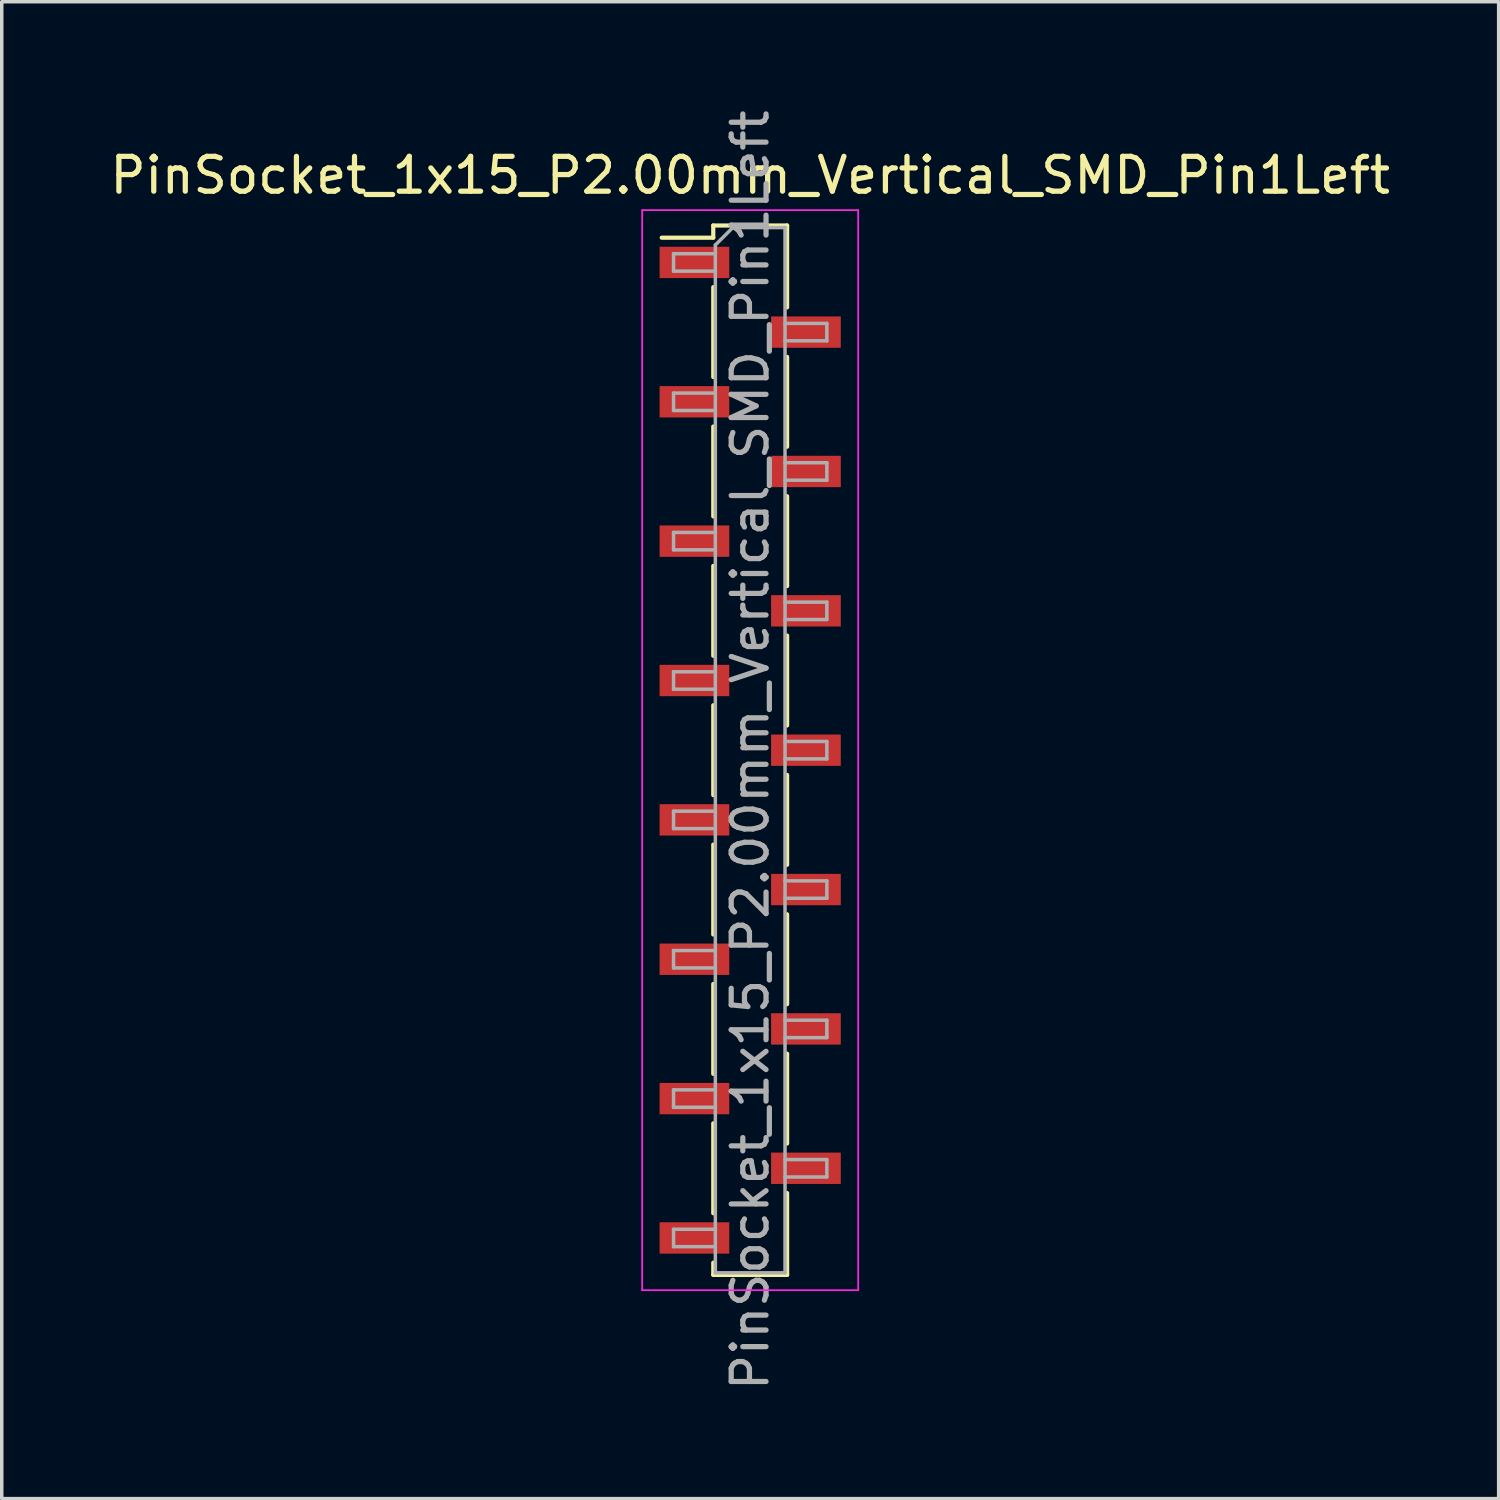
<source format=kicad_pcb>
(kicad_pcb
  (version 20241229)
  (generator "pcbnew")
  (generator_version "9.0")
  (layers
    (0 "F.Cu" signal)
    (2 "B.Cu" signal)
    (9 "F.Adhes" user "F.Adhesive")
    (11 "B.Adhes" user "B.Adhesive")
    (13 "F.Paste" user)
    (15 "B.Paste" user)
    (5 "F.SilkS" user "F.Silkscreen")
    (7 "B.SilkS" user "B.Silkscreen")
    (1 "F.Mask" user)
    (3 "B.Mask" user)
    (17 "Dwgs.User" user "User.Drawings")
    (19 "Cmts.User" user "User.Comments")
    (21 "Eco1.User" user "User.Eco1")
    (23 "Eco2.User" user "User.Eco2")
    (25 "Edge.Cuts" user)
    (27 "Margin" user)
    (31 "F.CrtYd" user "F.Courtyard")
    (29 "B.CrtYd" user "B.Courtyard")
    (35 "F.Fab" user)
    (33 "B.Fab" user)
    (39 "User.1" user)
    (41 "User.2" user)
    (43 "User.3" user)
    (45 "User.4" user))
  (footprint "PinSocket_1x15_P2.00mm_Vertical_SMD_Pin1Left"
    (layer "F.Cu")
    (at 18.482 18.482)
    (property "Reference" "PinSocket_1x15_P2.00mm_Vertical_SMD_Pin1Left" (at 0 -16.5 0) (layer "F.SilkS") (effects (font (size 1 1) (thickness 0.15))))
    (attr smd)
    (fp_line (start -2.54 -14.71) (end -1.06 -14.71) (stroke (width 0.12) (type solid)) (layer "F.SilkS"))
    (fp_line (start -1.06 -15.06) (end -1.06 -14.71) (stroke (width 0.12) (type solid)) (layer "F.SilkS"))
    (fp_line (start -1.06 -15.06) (end 1.06 -15.06) (stroke (width 0.12) (type solid)) (layer "F.SilkS"))
    (fp_line (start -1.06 -13.29) (end -1.06 -10.71) (stroke (width 0.12) (type solid)) (layer "F.SilkS"))
    (fp_line (start -1.06 -9.29) (end -1.06 -6.71) (stroke (width 0.12) (type solid)) (layer "F.SilkS"))
    (fp_line (start -1.06 -5.29) (end -1.06 -2.71) (stroke (width 0.12) (type solid)) (layer "F.SilkS"))
    (fp_line (start -1.06 -1.29) (end -1.06 1.29) (stroke (width 0.12) (type solid)) (layer "F.SilkS"))
    (fp_line (start -1.06 2.71) (end -1.06 5.29) (stroke (width 0.12) (type solid)) (layer "F.SilkS"))
    (fp_line (start -1.06 6.71) (end -1.06 9.29) (stroke (width 0.12) (type solid)) (layer "F.SilkS"))
    (fp_line (start -1.06 10.71) (end -1.06 13.29) (stroke (width 0.12) (type solid)) (layer "F.SilkS"))
    (fp_line (start -1.06 14.71) (end -1.06 15.06) (stroke (width 0.12) (type solid)) (layer "F.SilkS"))
    (fp_line (start -1.06 15.06) (end 1.06 15.06) (stroke (width 0.12) (type solid)) (layer "F.SilkS"))
    (fp_line (start 1.06 -15.06) (end 1.06 -12.71) (stroke (width 0.12) (type solid)) (layer "F.SilkS"))
    (fp_line (start 1.06 -11.29) (end 1.06 -8.71) (stroke (width 0.12) (type solid)) (layer "F.SilkS"))
    (fp_line (start 1.06 -7.29) (end 1.06 -4.71) (stroke (width 0.12) (type solid)) (layer "F.SilkS"))
    (fp_line (start 1.06 -3.29) (end 1.06 -0.71) (stroke (width 0.12) (type solid)) (layer "F.SilkS"))
    (fp_line (start 1.06 0.71) (end 1.06 3.29) (stroke (width 0.12) (type solid)) (layer "F.SilkS"))
    (fp_line (start 1.06 4.71) (end 1.06 7.29) (stroke (width 0.12) (type solid)) (layer "F.SilkS"))
    (fp_line (start 1.06 8.71) (end 1.06 11.29) (stroke (width 0.12) (type solid)) (layer "F.SilkS"))
    (fp_line (start 1.06 12.71) (end 1.06 15.06) (stroke (width 0.12) (type solid)) (layer "F.SilkS"))
    (fp_line (start -3.1 -15.5) (end 3.1 -15.5) (stroke (width 0.05) (type solid)) (layer "F.CrtYd"))
    (fp_line (start -3.1 15.5) (end -3.1 -15.5) (stroke (width 0.05) (type solid)) (layer "F.CrtYd"))
    (fp_line (start 3.1 -15.5) (end 3.1 15.5) (stroke (width 0.05) (type solid)) (layer "F.CrtYd"))
    (fp_line (start 3.1 15.5) (end -3.1 15.5) (stroke (width 0.05) (type solid)) (layer "F.CrtYd"))
    (fp_line (start -2.2 -14.25) (end -1 -14.25) (stroke (width 0.1) (type solid)) (layer "F.Fab"))
    (fp_line (start -2.2 -13.75) (end -2.2 -14.25) (stroke (width 0.1) (type solid)) (layer "F.Fab"))
    (fp_line (start -2.2 -10.25) (end -1 -10.25) (stroke (width 0.1) (type solid)) (layer "F.Fab"))
    (fp_line (start -2.2 -9.75) (end -2.2 -10.25) (stroke (width 0.1) (type solid)) (layer "F.Fab"))
    (fp_line (start -2.2 -6.25) (end -1 -6.25) (stroke (width 0.1) (type solid)) (layer "F.Fab"))
    (fp_line (start -2.2 -5.75) (end -2.2 -6.25) (stroke (width 0.1) (type solid)) (layer "F.Fab"))
    (fp_line (start -2.2 -2.25) (end -1 -2.25) (stroke (width 0.1) (type solid)) (layer "F.Fab"))
    (fp_line (start -2.2 -1.75) (end -2.2 -2.25) (stroke (width 0.1) (type solid)) (layer "F.Fab"))
    (fp_line (start -2.2 1.75) (end -1 1.75) (stroke (width 0.1) (type solid)) (layer "F.Fab"))
    (fp_line (start -2.2 2.25) (end -2.2 1.75) (stroke (width 0.1) (type solid)) (layer "F.Fab"))
    (fp_line (start -2.2 5.75) (end -1 5.75) (stroke (width 0.1) (type solid)) (layer "F.Fab"))
    (fp_line (start -2.2 6.25) (end -2.2 5.75) (stroke (width 0.1) (type solid)) (layer "F.Fab"))
    (fp_line (start -2.2 9.75) (end -1 9.75) (stroke (width 0.1) (type solid)) (layer "F.Fab"))
    (fp_line (start -2.2 10.25) (end -2.2 9.75) (stroke (width 0.1) (type solid)) (layer "F.Fab"))
    (fp_line (start -2.2 13.75) (end -1 13.75) (stroke (width 0.1) (type solid)) (layer "F.Fab"))
    (fp_line (start -2.2 14.25) (end -2.2 13.75) (stroke (width 0.1) (type solid)) (layer "F.Fab"))
    (fp_line (start -1 -14.5) (end -0.5 -15) (stroke (width 0.1) (type solid)) (layer "F.Fab"))
    (fp_line (start -1 -13.75) (end -2.2 -13.75) (stroke (width 0.1) (type solid)) (layer "F.Fab"))
    (fp_line (start -1 -9.75) (end -2.2 -9.75) (stroke (width 0.1) (type solid)) (layer "F.Fab"))
    (fp_line (start -1 -5.75) (end -2.2 -5.75) (stroke (width 0.1) (type solid)) (layer "F.Fab"))
    (fp_line (start -1 -1.75) (end -2.2 -1.75) (stroke (width 0.1) (type solid)) (layer "F.Fab"))
    (fp_line (start -1 2.25) (end -2.2 2.25) (stroke (width 0.1) (type solid)) (layer "F.Fab"))
    (fp_line (start -1 6.25) (end -2.2 6.25) (stroke (width 0.1) (type solid)) (layer "F.Fab"))
    (fp_line (start -1 10.25) (end -2.2 10.25) (stroke (width 0.1) (type solid)) (layer "F.Fab"))
    (fp_line (start -1 14.25) (end -2.2 14.25) (stroke (width 0.1) (type solid)) (layer "F.Fab"))
    (fp_line (start -1 15) (end -1 -14.5) (stroke (width 0.1) (type solid)) (layer "F.Fab"))
    (fp_line (start -0.5 -15) (end 1 -15) (stroke (width 0.1) (type solid)) (layer "F.Fab"))
    (fp_line (start 1 -15) (end 1 15) (stroke (width 0.1) (type solid)) (layer "F.Fab"))
    (fp_line (start 1 -12.25) (end 2.2 -12.25) (stroke (width 0.1) (type solid)) (layer "F.Fab"))
    (fp_line (start 1 -8.25) (end 2.2 -8.25) (stroke (width 0.1) (type solid)) (layer "F.Fab"))
    (fp_line (start 1 -4.25) (end 2.2 -4.25) (stroke (width 0.1) (type solid)) (layer "F.Fab"))
    (fp_line (start 1 -0.25) (end 2.2 -0.25) (stroke (width 0.1) (type solid)) (layer "F.Fab"))
    (fp_line (start 1 3.75) (end 2.2 3.75) (stroke (width 0.1) (type solid)) (layer "F.Fab"))
    (fp_line (start 1 7.75) (end 2.2 7.75) (stroke (width 0.1) (type solid)) (layer "F.Fab"))
    (fp_line (start 1 11.75) (end 2.2 11.75) (stroke (width 0.1) (type solid)) (layer "F.Fab"))
    (fp_line (start 1 15) (end -1 15) (stroke (width 0.1) (type solid)) (layer "F.Fab"))
    (fp_line (start 2.2 -12.25) (end 2.2 -11.75) (stroke (width 0.1) (type solid)) (layer "F.Fab"))
    (fp_line (start 2.2 -11.75) (end 1 -11.75) (stroke (width 0.1) (type solid)) (layer "F.Fab"))
    (fp_line (start 2.2 -8.25) (end 2.2 -7.75) (stroke (width 0.1) (type solid)) (layer "F.Fab"))
    (fp_line (start 2.2 -7.75) (end 1 -7.75) (stroke (width 0.1) (type solid)) (layer "F.Fab"))
    (fp_line (start 2.2 -4.25) (end 2.2 -3.75) (stroke (width 0.1) (type solid)) (layer "F.Fab"))
    (fp_line (start 2.2 -3.75) (end 1 -3.75) (stroke (width 0.1) (type solid)) (layer "F.Fab"))
    (fp_line (start 2.2 -0.25) (end 2.2 0.25) (stroke (width 0.1) (type solid)) (layer "F.Fab"))
    (fp_line (start 2.2 0.25) (end 1 0.25) (stroke (width 0.1) (type solid)) (layer "F.Fab"))
    (fp_line (start 2.2 3.75) (end 2.2 4.25) (stroke (width 0.1) (type solid)) (layer "F.Fab"))
    (fp_line (start 2.2 4.25) (end 1 4.25) (stroke (width 0.1) (type solid)) (layer "F.Fab"))
    (fp_line (start 2.2 7.75) (end 2.2 8.25) (stroke (width 0.1) (type solid)) (layer "F.Fab"))
    (fp_line (start 2.2 8.25) (end 1 8.25) (stroke (width 0.1) (type solid)) (layer "F.Fab"))
    (fp_line (start 2.2 11.75) (end 2.2 12.25) (stroke (width 0.1) (type solid)) (layer "F.Fab"))
    (fp_line (start 2.2 12.25) (end 1 12.25) (stroke (width 0.1) (type solid)) (layer "F.Fab"))
    (fp_text user "${REFERENCE}" (at 0 0 90) (layer "F.Fab") (effects (font (size 1 1) (thickness 0.15))))
    (pad "1" smd rect (at -1.6 -14) (size 2 0.9) (layers "F.Cu" "F.Mask" "F.Paste"))
    (pad "2" smd rect (at 1.6 -12) (size 2 0.9) (layers "F.Cu" "F.Mask" "F.Paste"))
    (pad "3" smd rect (at -1.6 -10) (size 2 0.9) (layers "F.Cu" "F.Mask" "F.Paste"))
    (pad "4" smd rect (at 1.6 -8) (size 2 0.9) (layers "F.Cu" "F.Mask" "F.Paste"))
    (pad "5" smd rect (at -1.6 -6) (size 2 0.9) (layers "F.Cu" "F.Mask" "F.Paste"))
    (pad "6" smd rect (at 1.6 -4) (size 2 0.9) (layers "F.Cu" "F.Mask" "F.Paste"))
    (pad "7" smd rect (at -1.6 -2) (size 2 0.9) (layers "F.Cu" "F.Mask" "F.Paste"))
    (pad "8" smd rect (at 1.6 0) (size 2 0.9) (layers "F.Cu" "F.Mask" "F.Paste"))
    (pad "9" smd rect (at -1.6 2) (size 2 0.9) (layers "F.Cu" "F.Mask" "F.Paste"))
    (pad "10" smd rect (at 1.6 4) (size 2 0.9) (layers "F.Cu" "F.Mask" "F.Paste"))
    (pad "11" smd rect (at -1.6 6) (size 2 0.9) (layers "F.Cu" "F.Mask" "F.Paste"))
    (pad "12" smd rect (at 1.6 8) (size 2 0.9) (layers "F.Cu" "F.Mask" "F.Paste"))
    (pad "13" smd rect (at -1.6 10) (size 2 0.9) (layers "F.Cu" "F.Mask" "F.Paste"))
    (pad "14" smd rect (at 1.6 12) (size 2 0.9) (layers "F.Cu" "F.Mask" "F.Paste"))
    (pad "15" smd rect (at -1.6 14) (size 2 0.9) (layers "F.Cu" "F.Mask" "F.Paste")))
  (gr_rect
    (start -3 -3)
    (end 39.964 39.964)
    (stroke (width 0.1) (type default))
    (fill no)
    (layer "Edge.Cuts")))
</source>
